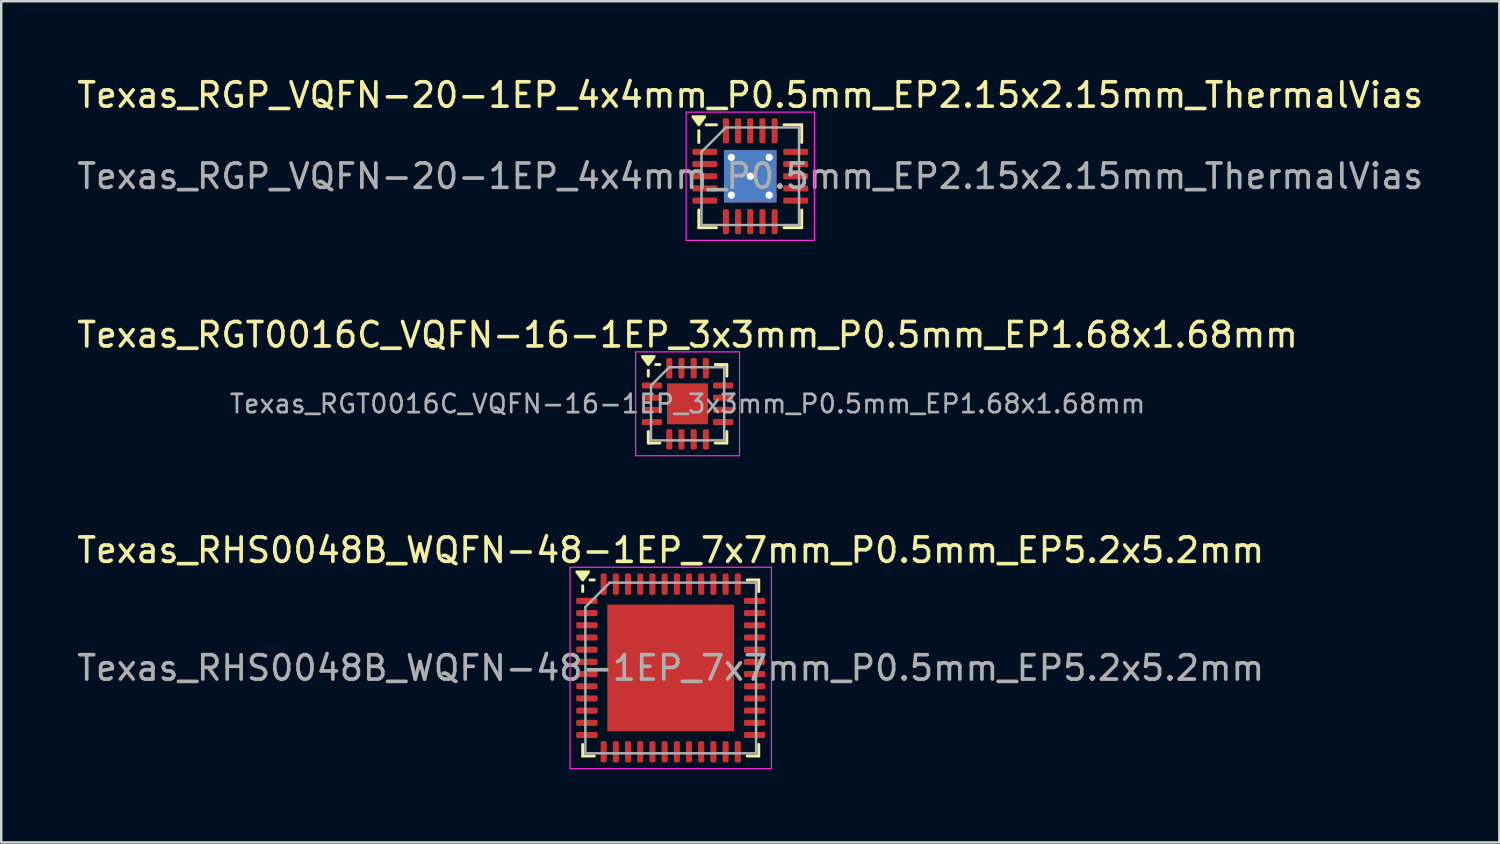
<source format=kicad_pcb>
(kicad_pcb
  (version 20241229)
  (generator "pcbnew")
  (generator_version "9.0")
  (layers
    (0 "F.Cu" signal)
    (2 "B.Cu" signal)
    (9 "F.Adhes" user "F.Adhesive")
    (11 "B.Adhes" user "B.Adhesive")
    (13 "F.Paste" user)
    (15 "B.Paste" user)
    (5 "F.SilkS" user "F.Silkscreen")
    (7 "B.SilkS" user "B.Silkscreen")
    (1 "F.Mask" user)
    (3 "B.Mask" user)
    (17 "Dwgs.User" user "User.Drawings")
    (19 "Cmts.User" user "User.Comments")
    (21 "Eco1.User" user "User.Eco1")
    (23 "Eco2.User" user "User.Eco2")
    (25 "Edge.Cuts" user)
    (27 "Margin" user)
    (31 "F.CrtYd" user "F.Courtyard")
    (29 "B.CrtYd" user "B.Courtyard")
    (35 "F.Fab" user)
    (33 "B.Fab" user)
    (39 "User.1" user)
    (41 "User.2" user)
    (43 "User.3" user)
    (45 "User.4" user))
  (footprint "Texas_RHS0048B_WQFN-48-1EP_7x7mm_P0.5mm_EP5.2x5.2mm"
    (layer "F.Cu")
    (at 24.458 24.345)
    (property "Reference" "Texas_RHS0048B_WQFN-48-1EP_7x7mm_P0.5mm_EP5.2x5.2mm" (at 0 -4.83 0) (layer "F.SilkS") (effects (font (size 1 1) (thickness 0.15))))
    (attr smd)
    (fp_line (start -3.61 -3.135) (end -3.61 -3.37) (stroke (width 0.12) (type solid)) (layer "F.SilkS"))
    (fp_line (start -3.61 3.61) (end -3.61 3.135) (stroke (width 0.12) (type solid)) (layer "F.SilkS"))
    (fp_line (start -3.135 -3.61) (end -3.31 -3.61) (stroke (width 0.12) (type solid)) (layer "F.SilkS"))
    (fp_line (start -3.135 3.61) (end -3.61 3.61) (stroke (width 0.12) (type solid)) (layer "F.SilkS"))
    (fp_line (start 3.135 -3.61) (end 3.61 -3.61) (stroke (width 0.12) (type solid)) (layer "F.SilkS"))
    (fp_line (start 3.135 3.61) (end 3.61 3.61) (stroke (width 0.12) (type solid)) (layer "F.SilkS"))
    (fp_line (start 3.61 -3.61) (end 3.61 -3.135) (stroke (width 0.12) (type solid)) (layer "F.SilkS"))
    (fp_line (start 3.61 3.61) (end 3.61 3.135) (stroke (width 0.12) (type solid)) (layer "F.SilkS"))
    (fp_poly (pts (xy -3.61 -3.61) (xy -3.85 -3.94) (xy -3.37 -3.94) (xy -3.61 -3.61)) (stroke (width 0.12) (type solid)) (fill yes) (layer "F.SilkS"))
    (fp_line (start -4.13 -4.13) (end -4.13 4.13) (stroke (width 0.05) (type solid)) (layer "F.CrtYd"))
    (fp_line (start -4.13 4.13) (end 4.13 4.13) (stroke (width 0.05) (type solid)) (layer "F.CrtYd"))
    (fp_line (start 4.13 -4.13) (end -4.13 -4.13) (stroke (width 0.05) (type solid)) (layer "F.CrtYd"))
    (fp_line (start 4.13 4.13) (end 4.13 -4.13) (stroke (width 0.05) (type solid)) (layer "F.CrtYd"))
    (fp_line (start -3.5 -2.5) (end -2.5 -3.5) (stroke (width 0.1) (type solid)) (layer "F.Fab"))
    (fp_line (start -3.5 3.5) (end -3.5 -2.5) (stroke (width 0.1) (type solid)) (layer "F.Fab"))
    (fp_line (start -2.5 -3.5) (end 3.5 -3.5) (stroke (width 0.1) (type solid)) (layer "F.Fab"))
    (fp_line (start 3.5 -3.5) (end 3.5 3.5) (stroke (width 0.1) (type solid)) (layer "F.Fab"))
    (fp_line (start 3.5 3.5) (end -3.5 3.5) (stroke (width 0.1) (type solid)) (layer "F.Fab"))
    (fp_text user "${REFERENCE}" (at 0 0 0) (layer "F.Fab") (effects (font (size 1 1) (thickness 0.15))))
    (pad "" smd roundrect (at 0 0) (size 4.19 4.19) (layers "F.Paste") (roundrect_rratio 0.06))
    (pad "1" smd roundrect (at -3.438 -2.75) (size 0.875 0.25) (layers "F.Cu" "F.Mask" "F.Paste") (roundrect_rratio 0.25))
    (pad "2" smd roundrect (at -3.438 -2.25) (size 0.875 0.25) (layers "F.Cu" "F.Mask" "F.Paste") (roundrect_rratio 0.25))
    (pad "3" smd roundrect (at -3.438 -1.75) (size 0.875 0.25) (layers "F.Cu" "F.Mask" "F.Paste") (roundrect_rratio 0.25))
    (pad "4" smd roundrect (at -3.438 -1.25) (size 0.875 0.25) (layers "F.Cu" "F.Mask" "F.Paste") (roundrect_rratio 0.25))
    (pad "5" smd roundrect (at -3.438 -0.75) (size 0.875 0.25) (layers "F.Cu" "F.Mask" "F.Paste") (roundrect_rratio 0.25))
    (pad "6" smd roundrect (at -3.438 -0.25) (size 0.875 0.25) (layers "F.Cu" "F.Mask" "F.Paste") (roundrect_rratio 0.25))
    (pad "7" smd roundrect (at -3.438 0.25) (size 0.875 0.25) (layers "F.Cu" "F.Mask" "F.Paste") (roundrect_rratio 0.25))
    (pad "8" smd roundrect (at -3.438 0.75) (size 0.875 0.25) (layers "F.Cu" "F.Mask" "F.Paste") (roundrect_rratio 0.25))
    (pad "9" smd roundrect (at -3.438 1.25) (size 0.875 0.25) (layers "F.Cu" "F.Mask" "F.Paste") (roundrect_rratio 0.25))
    (pad "10" smd roundrect (at -3.438 1.75) (size 0.875 0.25) (layers "F.Cu" "F.Mask" "F.Paste") (roundrect_rratio 0.25))
    (pad "11" smd roundrect (at -3.438 2.25) (size 0.875 0.25) (layers "F.Cu" "F.Mask" "F.Paste") (roundrect_rratio 0.25))
    (pad "12" smd roundrect (at -3.438 2.75) (size 0.875 0.25) (layers "F.Cu" "F.Mask" "F.Paste") (roundrect_rratio 0.25))
    (pad "13" smd roundrect (at -2.75 3.438) (size 0.25 0.875) (layers "F.Cu" "F.Mask" "F.Paste") (roundrect_rratio 0.25))
    (pad "14" smd roundrect (at -2.25 3.438) (size 0.25 0.875) (layers "F.Cu" "F.Mask" "F.Paste") (roundrect_rratio 0.25))
    (pad "15" smd roundrect (at -1.75 3.438) (size 0.25 0.875) (layers "F.Cu" "F.Mask" "F.Paste") (roundrect_rratio 0.25))
    (pad "16" smd roundrect (at -1.25 3.438) (size 0.25 0.875) (layers "F.Cu" "F.Mask" "F.Paste") (roundrect_rratio 0.25))
    (pad "17" smd roundrect (at -0.75 3.438) (size 0.25 0.875) (layers "F.Cu" "F.Mask" "F.Paste") (roundrect_rratio 0.25))
    (pad "18" smd roundrect (at -0.25 3.438) (size 0.25 0.875) (layers "F.Cu" "F.Mask" "F.Paste") (roundrect_rratio 0.25))
    (pad "19" smd roundrect (at 0.25 3.438) (size 0.25 0.875) (layers "F.Cu" "F.Mask" "F.Paste") (roundrect_rratio 0.25))
    (pad "20" smd roundrect (at 0.75 3.438) (size 0.25 0.875) (layers "F.Cu" "F.Mask" "F.Paste") (roundrect_rratio 0.25))
    (pad "21" smd roundrect (at 1.25 3.438) (size 0.25 0.875) (layers "F.Cu" "F.Mask" "F.Paste") (roundrect_rratio 0.25))
    (pad "22" smd roundrect (at 1.75 3.438) (size 0.25 0.875) (layers "F.Cu" "F.Mask" "F.Paste") (roundrect_rratio 0.25))
    (pad "23" smd roundrect (at 2.25 3.438) (size 0.25 0.875) (layers "F.Cu" "F.Mask" "F.Paste") (roundrect_rratio 0.25))
    (pad "24" smd roundrect (at 2.75 3.438) (size 0.25 0.875) (layers "F.Cu" "F.Mask" "F.Paste") (roundrect_rratio 0.25))
    (pad "25" smd roundrect (at 3.438 2.75) (size 0.875 0.25) (layers "F.Cu" "F.Mask" "F.Paste") (roundrect_rratio 0.25))
    (pad "26" smd roundrect (at 3.438 2.25) (size 0.875 0.25) (layers "F.Cu" "F.Mask" "F.Paste") (roundrect_rratio 0.25))
    (pad "27" smd roundrect (at 3.438 1.75) (size 0.875 0.25) (layers "F.Cu" "F.Mask" "F.Paste") (roundrect_rratio 0.25))
    (pad "28" smd roundrect (at 3.438 1.25) (size 0.875 0.25) (layers "F.Cu" "F.Mask" "F.Paste") (roundrect_rratio 0.25))
    (pad "29" smd roundrect (at 3.438 0.75) (size 0.875 0.25) (layers "F.Cu" "F.Mask" "F.Paste") (roundrect_rratio 0.25))
    (pad "30" smd roundrect (at 3.438 0.25) (size 0.875 0.25) (layers "F.Cu" "F.Mask" "F.Paste") (roundrect_rratio 0.25))
    (pad "31" smd roundrect (at 3.438 -0.25) (size 0.875 0.25) (layers "F.Cu" "F.Mask" "F.Paste") (roundrect_rratio 0.25))
    (pad "32" smd roundrect (at 3.438 -0.75) (size 0.875 0.25) (layers "F.Cu" "F.Mask" "F.Paste") (roundrect_rratio 0.25))
    (pad "33" smd roundrect (at 3.438 -1.25) (size 0.875 0.25) (layers "F.Cu" "F.Mask" "F.Paste") (roundrect_rratio 0.25))
    (pad "34" smd roundrect (at 3.438 -1.75) (size 0.875 0.25) (layers "F.Cu" "F.Mask" "F.Paste") (roundrect_rratio 0.25))
    (pad "35" smd roundrect (at 3.438 -2.25) (size 0.875 0.25) (layers "F.Cu" "F.Mask" "F.Paste") (roundrect_rratio 0.25))
    (pad "36" smd roundrect (at 3.438 -2.75) (size 0.875 0.25) (layers "F.Cu" "F.Mask" "F.Paste") (roundrect_rratio 0.25))
    (pad "37" smd roundrect (at 2.75 -3.438) (size 0.25 0.875) (layers "F.Cu" "F.Mask" "F.Paste") (roundrect_rratio 0.25))
    (pad "38" smd roundrect (at 2.25 -3.438) (size 0.25 0.875) (layers "F.Cu" "F.Mask" "F.Paste") (roundrect_rratio 0.25))
    (pad "39" smd roundrect (at 1.75 -3.438) (size 0.25 0.875) (layers "F.Cu" "F.Mask" "F.Paste") (roundrect_rratio 0.25))
    (pad "40" smd roundrect (at 1.25 -3.438) (size 0.25 0.875) (layers "F.Cu" "F.Mask" "F.Paste") (roundrect_rratio 0.25))
    (pad "41" smd roundrect (at 0.75 -3.438) (size 0.25 0.875) (layers "F.Cu" "F.Mask" "F.Paste") (roundrect_rratio 0.25))
    (pad "42" smd roundrect (at 0.25 -3.438) (size 0.25 0.875) (layers "F.Cu" "F.Mask" "F.Paste") (roundrect_rratio 0.25))
    (pad "43" smd roundrect (at -0.25 -3.438) (size 0.25 0.875) (layers "F.Cu" "F.Mask" "F.Paste") (roundrect_rratio 0.25))
    (pad "44" smd roundrect (at -0.75 -3.438) (size 0.25 0.875) (layers "F.Cu" "F.Mask" "F.Paste") (roundrect_rratio 0.25))
    (pad "45" smd roundrect (at -1.25 -3.438) (size 0.25 0.875) (layers "F.Cu" "F.Mask" "F.Paste") (roundrect_rratio 0.25))
    (pad "46" smd roundrect (at -1.75 -3.438) (size 0.25 0.875) (layers "F.Cu" "F.Mask" "F.Paste") (roundrect_rratio 0.25))
    (pad "47" smd roundrect (at -2.25 -3.438) (size 0.25 0.875) (layers "F.Cu" "F.Mask" "F.Paste") (roundrect_rratio 0.25))
    (pad "48" smd roundrect (at -2.75 -3.438) (size 0.25 0.875) (layers "F.Cu" "F.Mask" "F.Paste") (roundrect_rratio 0.25))
    (pad "49" smd rect (at 0 0) (size 5.2 5.2) (property pad_prop_heatsink) (layers "F.Cu" "F.Mask")))
  (footprint "Texas_RGT0016C_VQFN-16-1EP_3x3mm_P0.5mm_EP1.68x1.68mm"
    (layer "F.Cu")
    (at 25.149 13.511)
    (property "Reference" "Texas_RGT0016C_VQFN-16-1EP_3x3mm_P0.5mm_EP1.68x1.68mm" (at 0 -2.83 0) (layer "F.SilkS") (effects (font (size 1 1) (thickness 0.15))))
    (attr smd)
    (fp_line (start -1.61 -1.135) (end -1.61 -1.37) (stroke (width 0.12) (type solid)) (layer "F.SilkS"))
    (fp_line (start -1.61 1.61) (end -1.61 1.135) (stroke (width 0.12) (type solid)) (layer "F.SilkS"))
    (fp_line (start -1.135 -1.61) (end -1.31 -1.61) (stroke (width 0.12) (type solid)) (layer "F.SilkS"))
    (fp_line (start -1.135 1.61) (end -1.61 1.61) (stroke (width 0.12) (type solid)) (layer "F.SilkS"))
    (fp_line (start 1.135 -1.61) (end 1.61 -1.61) (stroke (width 0.12) (type solid)) (layer "F.SilkS"))
    (fp_line (start 1.135 1.61) (end 1.61 1.61) (stroke (width 0.12) (type solid)) (layer "F.SilkS"))
    (fp_line (start 1.61 -1.61) (end 1.61 -1.135) (stroke (width 0.12) (type solid)) (layer "F.SilkS"))
    (fp_line (start 1.61 1.61) (end 1.61 1.135) (stroke (width 0.12) (type solid)) (layer "F.SilkS"))
    (fp_poly (pts (xy -1.61 -1.61) (xy -1.85 -1.94) (xy -1.37 -1.94) (xy -1.61 -1.61)) (stroke (width 0.12) (type solid)) (fill yes) (layer "F.SilkS"))
    (fp_line (start -2.13 -2.13) (end -2.13 2.13) (stroke (width 0.05) (type solid)) (layer "F.CrtYd"))
    (fp_line (start -2.13 2.13) (end 2.13 2.13) (stroke (width 0.05) (type solid)) (layer "F.CrtYd"))
    (fp_line (start 2.13 -2.13) (end -2.13 -2.13) (stroke (width 0.05) (type solid)) (layer "F.CrtYd"))
    (fp_line (start 2.13 2.13) (end 2.13 -2.13) (stroke (width 0.05) (type solid)) (layer "F.CrtYd"))
    (fp_line (start -1.5 -0.75) (end -0.75 -1.5) (stroke (width 0.1) (type solid)) (layer "F.Fab"))
    (fp_line (start -1.5 1.5) (end -1.5 -0.75) (stroke (width 0.1) (type solid)) (layer "F.Fab"))
    (fp_line (start -0.75 -1.5) (end 1.5 -1.5) (stroke (width 0.1) (type solid)) (layer "F.Fab"))
    (fp_line (start 1.5 -1.5) (end 1.5 1.5) (stroke (width 0.1) (type solid)) (layer "F.Fab"))
    (fp_line (start 1.5 1.5) (end -1.5 1.5) (stroke (width 0.1) (type solid)) (layer "F.Fab"))
    (fp_text user "${REFERENCE}" (at 0 0 0) (layer "F.Fab") (effects (font (size 0.75 0.75) (thickness 0.11))))
    (pad "" smd roundrect (at 0 0) (size 1.35 1.35) (layers "F.Paste") (roundrect_rratio 0.185))
    (pad "1" smd roundrect (at -1.458 -0.75) (size 0.835 0.25) (layers "F.Cu" "F.Mask" "F.Paste") (roundrect_rratio 0.25))
    (pad "2" smd roundrect (at -1.458 -0.25) (size 0.835 0.25) (layers "F.Cu" "F.Mask" "F.Paste") (roundrect_rratio 0.25))
    (pad "3" smd roundrect (at -1.458 0.25) (size 0.835 0.25) (layers "F.Cu" "F.Mask" "F.Paste") (roundrect_rratio 0.25))
    (pad "4" smd roundrect (at -1.458 0.75) (size 0.835 0.25) (layers "F.Cu" "F.Mask" "F.Paste") (roundrect_rratio 0.25))
    (pad "5" smd roundrect (at -0.75 1.458) (size 0.25 0.835) (layers "F.Cu" "F.Mask" "F.Paste") (roundrect_rratio 0.25))
    (pad "6" smd roundrect (at -0.25 1.458) (size 0.25 0.835) (layers "F.Cu" "F.Mask" "F.Paste") (roundrect_rratio 0.25))
    (pad "7" smd roundrect (at 0.25 1.458) (size 0.25 0.835) (layers "F.Cu" "F.Mask" "F.Paste") (roundrect_rratio 0.25))
    (pad "8" smd roundrect (at 0.75 1.458) (size 0.25 0.835) (layers "F.Cu" "F.Mask" "F.Paste") (roundrect_rratio 0.25))
    (pad "9" smd roundrect (at 1.458 0.75) (size 0.835 0.25) (layers "F.Cu" "F.Mask" "F.Paste") (roundrect_rratio 0.25))
    (pad "10" smd roundrect (at 1.458 0.25) (size 0.835 0.25) (layers "F.Cu" "F.Mask" "F.Paste") (roundrect_rratio 0.25))
    (pad "11" smd roundrect (at 1.458 -0.25) (size 0.835 0.25) (layers "F.Cu" "F.Mask" "F.Paste") (roundrect_rratio 0.25))
    (pad "12" smd roundrect (at 1.458 -0.75) (size 0.835 0.25) (layers "F.Cu" "F.Mask" "F.Paste") (roundrect_rratio 0.25))
    (pad "13" smd roundrect (at 0.75 -1.458) (size 0.25 0.835) (layers "F.Cu" "F.Mask" "F.Paste") (roundrect_rratio 0.25))
    (pad "14" smd roundrect (at 0.25 -1.458) (size 0.25 0.835) (layers "F.Cu" "F.Mask" "F.Paste") (roundrect_rratio 0.25))
    (pad "15" smd roundrect (at -0.25 -1.458) (size 0.25 0.835) (layers "F.Cu" "F.Mask" "F.Paste") (roundrect_rratio 0.25))
    (pad "16" smd roundrect (at -0.75 -1.458) (size 0.25 0.835) (layers "F.Cu" "F.Mask" "F.Paste") (roundrect_rratio 0.25))
    (pad "17" smd rect (at 0 0) (size 1.68 1.68) (property pad_prop_heatsink) (layers "F.Cu" "F.Mask")))
  (footprint "Texas_RGP_VQFN-20-1EP_4x4mm_P0.5mm_EP2.15x2.15mm_ThermalVias"
    (layer "F.Cu")
    (at 27.72 4.178)
    (property "Reference" "Texas_RGP_VQFN-20-1EP_4x4mm_P0.5mm_EP2.15x2.15mm_ThermalVias" (at 0 -3.33 0) (layer "F.SilkS") (effects (font (size 1 1) (thickness 0.15))))
    (attr smd)
    (fp_line (start -2.11 -1.385) (end -2.11 -1.87) (stroke (width 0.12) (type solid)) (layer "F.SilkS"))
    (fp_line (start -2.11 2.11) (end -2.11 1.385) (stroke (width 0.12) (type solid)) (layer "F.SilkS"))
    (fp_line (start -1.385 -2.11) (end -1.81 -2.11) (stroke (width 0.12) (type solid)) (layer "F.SilkS"))
    (fp_line (start -1.385 2.11) (end -2.11 2.11) (stroke (width 0.12) (type solid)) (layer "F.SilkS"))
    (fp_line (start 1.385 -2.11) (end 2.11 -2.11) (stroke (width 0.12) (type solid)) (layer "F.SilkS"))
    (fp_line (start 1.385 2.11) (end 2.11 2.11) (stroke (width 0.12) (type solid)) (layer "F.SilkS"))
    (fp_line (start 2.11 -2.11) (end 2.11 -1.385) (stroke (width 0.12) (type solid)) (layer "F.SilkS"))
    (fp_line (start 2.11 2.11) (end 2.11 1.385) (stroke (width 0.12) (type solid)) (layer "F.SilkS"))
    (fp_poly (pts (xy -2.11 -2.11) (xy -2.35 -2.44) (xy -1.87 -2.44) (xy -2.11 -2.11)) (stroke (width 0.12) (type solid)) (fill yes) (layer "F.SilkS"))
    (fp_line (start -2.63 -2.63) (end -2.63 2.63) (stroke (width 0.05) (type solid)) (layer "F.CrtYd"))
    (fp_line (start -2.63 2.63) (end 2.63 2.63) (stroke (width 0.05) (type solid)) (layer "F.CrtYd"))
    (fp_line (start 2.63 -2.63) (end -2.63 -2.63) (stroke (width 0.05) (type solid)) (layer "F.CrtYd"))
    (fp_line (start 2.63 2.63) (end 2.63 -2.63) (stroke (width 0.05) (type solid)) (layer "F.CrtYd"))
    (fp_line (start -2 -1) (end -1 -2) (stroke (width 0.1) (type solid)) (layer "F.Fab"))
    (fp_line (start -2 2) (end -2 -1) (stroke (width 0.1) (type solid)) (layer "F.Fab"))
    (fp_line (start -1 -2) (end 2 -2) (stroke (width 0.1) (type solid)) (layer "F.Fab"))
    (fp_line (start 2 -2) (end 2 2) (stroke (width 0.1) (type solid)) (layer "F.Fab"))
    (fp_line (start 2 2) (end -2 2) (stroke (width 0.1) (type solid)) (layer "F.Fab"))
    (fp_text user "${REFERENCE}" (at 0 0 0) (layer "F.Fab") (effects (font (size 1 1) (thickness 0.15))))
    (pad "" smd roundrect (at -0.54 -0.54) (size 0.9 0.9) (layers "F.Paste") (roundrect_rratio 0.25))
    (pad "" smd roundrect (at -0.54 0.54) (size 0.9 0.9) (layers "F.Paste") (roundrect_rratio 0.25))
    (pad "" smd roundrect (at 0.54 -0.54) (size 0.9 0.9) (layers "F.Paste") (roundrect_rratio 0.25))
    (pad "" smd roundrect (at 0.54 0.54) (size 0.9 0.9) (layers "F.Paste") (roundrect_rratio 0.25))
    (pad "1" smd roundrect (at -1.863 -1) (size 1.025 0.25) (layers "F.Cu" "F.Mask" "F.Paste") (roundrect_rratio 0.25))
    (pad "2" smd roundrect (at -1.863 -0.5) (size 1.025 0.25) (layers "F.Cu" "F.Mask" "F.Paste") (roundrect_rratio 0.25))
    (pad "3" smd roundrect (at -1.863 0) (size 1.025 0.25) (layers "F.Cu" "F.Mask" "F.Paste") (roundrect_rratio 0.25))
    (pad "4" smd roundrect (at -1.863 0.5) (size 1.025 0.25) (layers "F.Cu" "F.Mask" "F.Paste") (roundrect_rratio 0.25))
    (pad "5" smd roundrect (at -1.863 1) (size 1.025 0.25) (layers "F.Cu" "F.Mask" "F.Paste") (roundrect_rratio 0.25))
    (pad "6" smd roundrect (at -1 1.863) (size 0.25 1.025) (layers "F.Cu" "F.Mask" "F.Paste") (roundrect_rratio 0.25))
    (pad "7" smd roundrect (at -0.5 1.863) (size 0.25 1.025) (layers "F.Cu" "F.Mask" "F.Paste") (roundrect_rratio 0.25))
    (pad "8" smd roundrect (at 0 1.863) (size 0.25 1.025) (layers "F.Cu" "F.Mask" "F.Paste") (roundrect_rratio 0.25))
    (pad "9" smd roundrect (at 0.5 1.863) (size 0.25 1.025) (layers "F.Cu" "F.Mask" "F.Paste") (roundrect_rratio 0.25))
    (pad "10" smd roundrect (at 1 1.863) (size 0.25 1.025) (layers "F.Cu" "F.Mask" "F.Paste") (roundrect_rratio 0.25))
    (pad "11" smd roundrect (at 1.863 1) (size 1.025 0.25) (layers "F.Cu" "F.Mask" "F.Paste") (roundrect_rratio 0.25))
    (pad "12" smd roundrect (at 1.863 0.5) (size 1.025 0.25) (layers "F.Cu" "F.Mask" "F.Paste") (roundrect_rratio 0.25))
    (pad "13" smd roundrect (at 1.863 0) (size 1.025 0.25) (layers "F.Cu" "F.Mask" "F.Paste") (roundrect_rratio 0.25))
    (pad "14" smd roundrect (at 1.863 -0.5) (size 1.025 0.25) (layers "F.Cu" "F.Mask" "F.Paste") (roundrect_rratio 0.25))
    (pad "15" smd roundrect (at 1.863 -1) (size 1.025 0.25) (layers "F.Cu" "F.Mask" "F.Paste") (roundrect_rratio 0.25))
    (pad "16" smd roundrect (at 1 -1.863) (size 0.25 1.025) (layers "F.Cu" "F.Mask" "F.Paste") (roundrect_rratio 0.25))
    (pad "17" smd roundrect (at 0.5 -1.863) (size 0.25 1.025) (layers "F.Cu" "F.Mask" "F.Paste") (roundrect_rratio 0.25))
    (pad "18" smd roundrect (at 0 -1.863) (size 0.25 1.025) (layers "F.Cu" "F.Mask" "F.Paste") (roundrect_rratio 0.25))
    (pad "19" smd roundrect (at -0.5 -1.863) (size 0.25 1.025) (layers "F.Cu" "F.Mask" "F.Paste") (roundrect_rratio 0.25))
    (pad "20" smd roundrect (at -1 -1.863) (size 0.25 1.025) (layers "F.Cu" "F.Mask" "F.Paste") (roundrect_rratio 0.25))
    (pad "21" thru_hole circle (at -0.775 -0.775) (size 0.6 0.6) (drill 0.3) (property pad_prop_heatsink) (layers "*.Cu"))
    (pad "21" thru_hole circle (at -0.775 0.775) (size 0.6 0.6) (drill 0.3) (property pad_prop_heatsink) (layers "*.Cu"))
    (pad "21" thru_hole circle (at 0 0) (size 0.6 0.6) (drill 0.3) (property pad_prop_heatsink) (layers "*.Cu"))
    (pad "21" smd rect (at 0 0) (size 2.15 2.15) (property pad_prop_heatsink) (layers "F.Cu" "F.Mask"))
    (pad "21" smd rect (at 0 0) (size 2.15 2.15) (property pad_prop_heatsink) (layers "B.Cu"))
    (pad "21" thru_hole circle (at 0.775 -0.775) (size 0.6 0.6) (drill 0.3) (property pad_prop_heatsink) (layers "*.Cu"))
    (pad "21" thru_hole circle (at 0.775 0.775) (size 0.6 0.6) (drill 0.3) (property pad_prop_heatsink) (layers "*.Cu")))
  (gr_rect
    (start -3 -3)
    (end 58.44 31.5)
    (stroke (width 0.1) (type default))
    (fill no)
    (layer "Edge.Cuts")))
</source>
